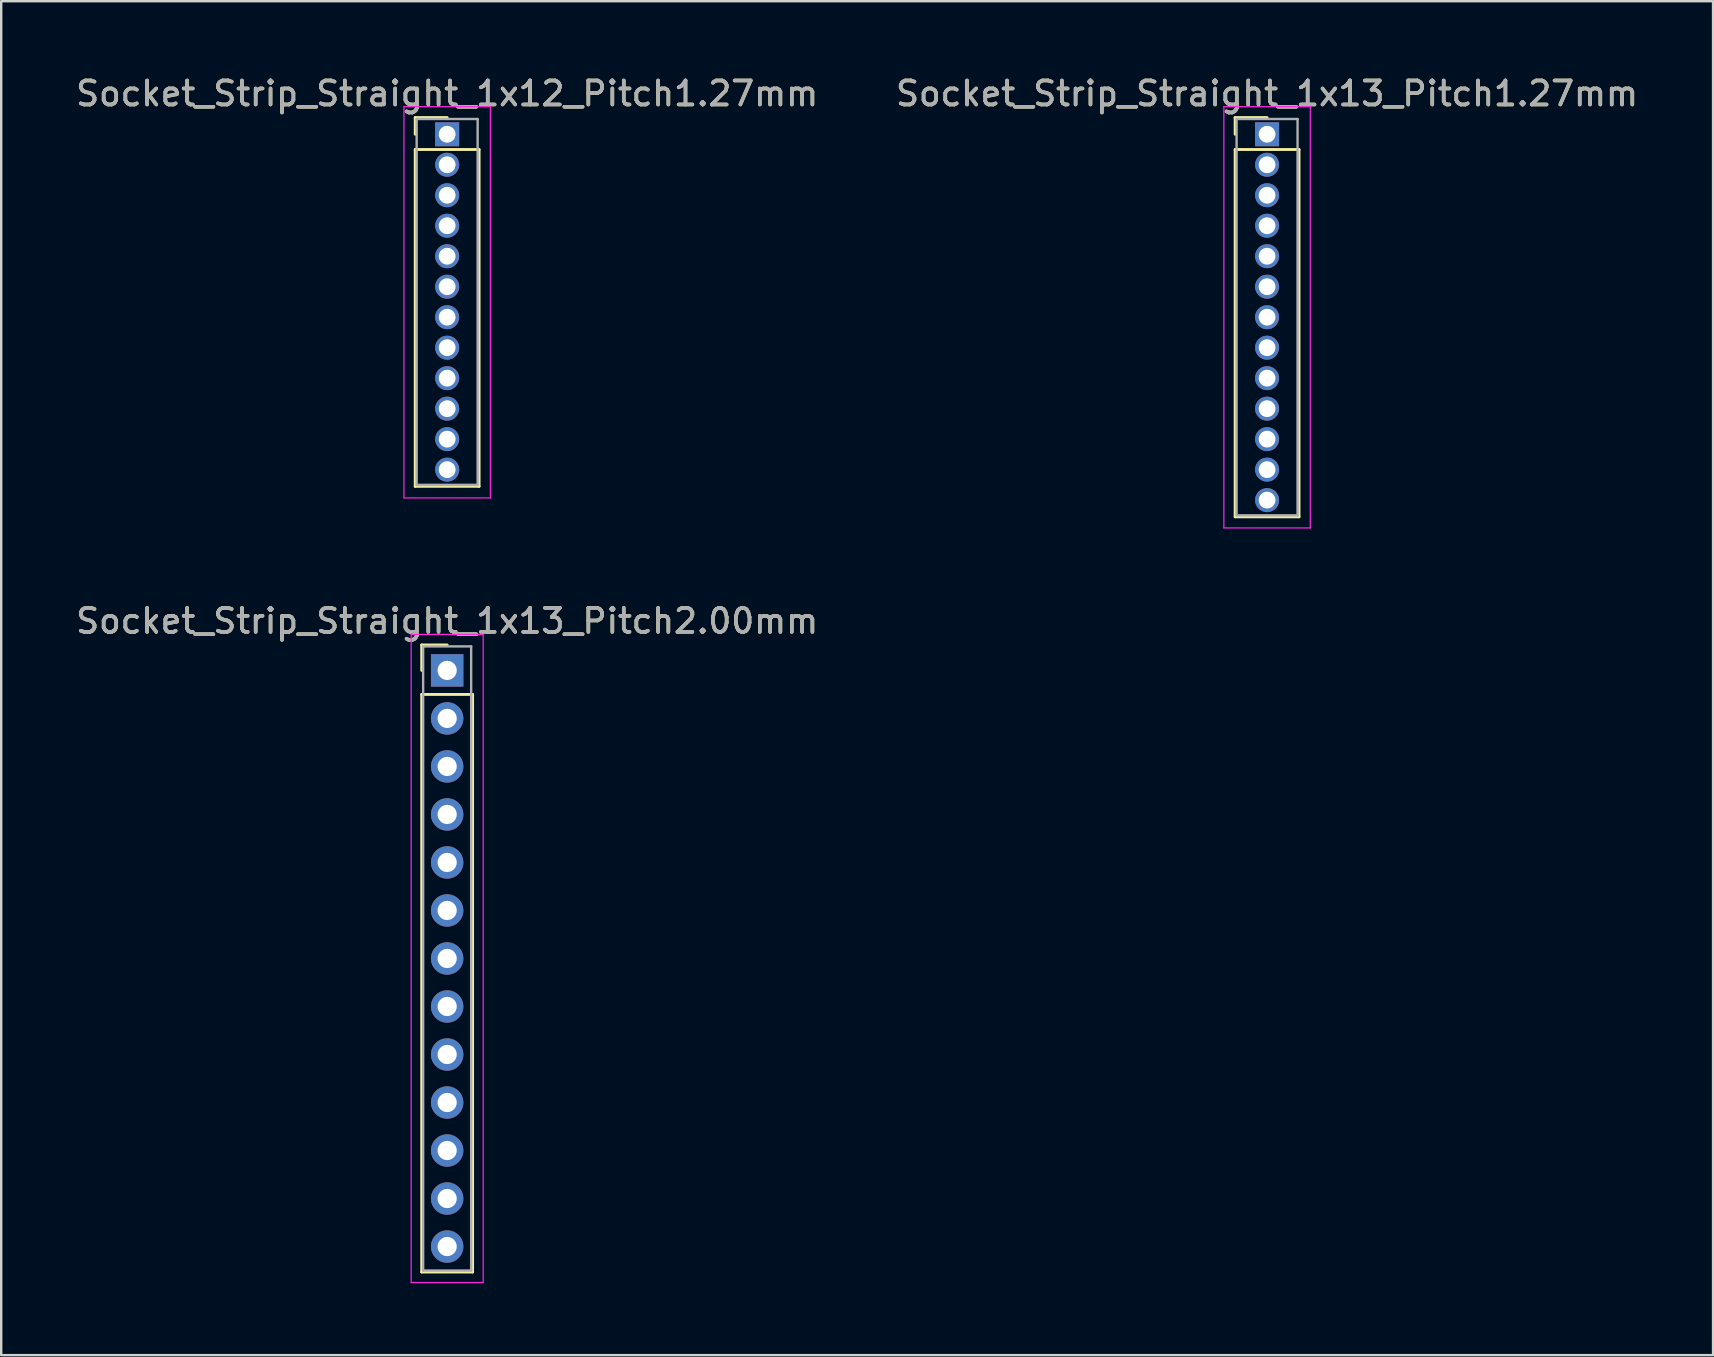
<source format=kicad_pcb>
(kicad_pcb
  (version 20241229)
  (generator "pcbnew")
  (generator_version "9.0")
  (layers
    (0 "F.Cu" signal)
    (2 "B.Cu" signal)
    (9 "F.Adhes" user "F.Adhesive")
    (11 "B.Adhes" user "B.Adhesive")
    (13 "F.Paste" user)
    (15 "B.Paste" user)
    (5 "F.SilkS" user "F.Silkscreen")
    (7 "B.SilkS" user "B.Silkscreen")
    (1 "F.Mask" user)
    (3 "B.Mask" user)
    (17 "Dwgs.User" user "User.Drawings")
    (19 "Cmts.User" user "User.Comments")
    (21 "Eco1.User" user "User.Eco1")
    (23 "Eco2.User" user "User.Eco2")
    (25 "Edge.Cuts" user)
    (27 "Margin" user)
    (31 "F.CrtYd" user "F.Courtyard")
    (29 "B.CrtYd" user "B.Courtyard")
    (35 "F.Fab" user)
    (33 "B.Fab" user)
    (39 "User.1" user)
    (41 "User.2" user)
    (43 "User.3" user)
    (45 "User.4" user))
  (footprint "Socket_Strip_Straight_1x13_Pitch2.00mm"
    (layer "F.Cu")
    (at 15.577 24.877)
    (property "Reference" "Socket_Strip_Straight_1x13_Pitch2.00mm" (at 0 -2.06 0) (layer "F.SilkS") (effects (font (size 1 1) (thickness 0.15))))
    (attr through_hole)
    (fp_line (start -1.06 -1.06) (end 0 -1.06) (stroke (width 0.12) (type solid)) (layer "F.SilkS"))
    (fp_line (start -1.06 0) (end -1.06 -1.06) (stroke (width 0.12) (type solid)) (layer "F.SilkS"))
    (fp_line (start -1.06 1) (end -1.06 25.06) (stroke (width 0.12) (type solid)) (layer "F.SilkS"))
    (fp_line (start -1.06 25.06) (end 1.06 25.06) (stroke (width 0.12) (type solid)) (layer "F.SilkS"))
    (fp_line (start 1.06 1) (end -1.06 1) (stroke (width 0.12) (type solid)) (layer "F.SilkS"))
    (fp_line (start 1.06 25.06) (end 1.06 1) (stroke (width 0.12) (type solid)) (layer "F.SilkS"))
    (fp_line (start -1.5 -1.5) (end -1.5 25.5) (stroke (width 0.05) (type solid)) (layer "F.CrtYd"))
    (fp_line (start -1.5 25.5) (end 1.5 25.5) (stroke (width 0.05) (type solid)) (layer "F.CrtYd"))
    (fp_line (start 1.5 -1.5) (end -1.5 -1.5) (stroke (width 0.05) (type solid)) (layer "F.CrtYd"))
    (fp_line (start 1.5 25.5) (end 1.5 -1.5) (stroke (width 0.05) (type solid)) (layer "F.CrtYd"))
    (fp_line (start -1 -1) (end -1 25) (stroke (width 0.1) (type solid)) (layer "F.Fab"))
    (fp_line (start -1 25) (end 1 25) (stroke (width 0.1) (type solid)) (layer "F.Fab"))
    (fp_line (start 1 -1) (end -1 -1) (stroke (width 0.1) (type solid)) (layer "F.Fab"))
    (fp_line (start 1 25) (end 1 -1) (stroke (width 0.1) (type solid)) (layer "F.Fab"))
    (fp_text user "${REFERENCE}" (at 0 -2.06 0) (layer "F.Fab") (effects (font (size 1 1) (thickness 0.15))))
    (pad "1" thru_hole rect (at 0 0) (size 1.35 1.35) (drill 0.8) (layers "*.Cu" "*.Mask"))
    (pad "2" thru_hole oval (at 0 2) (size 1.35 1.35) (drill 0.8) (layers "*.Cu" "*.Mask"))
    (pad "3" thru_hole oval (at 0 4) (size 1.35 1.35) (drill 0.8) (layers "*.Cu" "*.Mask"))
    (pad "4" thru_hole oval (at 0 6) (size 1.35 1.35) (drill 0.8) (layers "*.Cu" "*.Mask"))
    (pad "5" thru_hole oval (at 0 8) (size 1.35 1.35) (drill 0.8) (layers "*.Cu" "*.Mask"))
    (pad "6" thru_hole oval (at 0 10) (size 1.35 1.35) (drill 0.8) (layers "*.Cu" "*.Mask"))
    (pad "7" thru_hole oval (at 0 12) (size 1.35 1.35) (drill 0.8) (layers "*.Cu" "*.Mask"))
    (pad "8" thru_hole oval (at 0 14) (size 1.35 1.35) (drill 0.8) (layers "*.Cu" "*.Mask"))
    (pad "9" thru_hole oval (at 0 16) (size 1.35 1.35) (drill 0.8) (layers "*.Cu" "*.Mask"))
    (pad "10" thru_hole oval (at 0 18) (size 1.35 1.35) (drill 0.8) (layers "*.Cu" "*.Mask"))
    (pad "11" thru_hole oval (at 0 20) (size 1.35 1.35) (drill 0.8) (layers "*.Cu" "*.Mask"))
    (pad "12" thru_hole oval (at 0 22) (size 1.35 1.35) (drill 0.8) (layers "*.Cu" "*.Mask"))
    (pad "13" thru_hole oval (at 0 24) (size 1.35 1.35) (drill 0.8) (layers "*.Cu" "*.Mask")))
  (footprint "Socket_Strip_Straight_1x13_Pitch1.27mm"
    (layer "F.Cu")
    (at 49.732 2.543)
    (property "Reference" "Socket_Strip_Straight_1x13_Pitch1.27mm" (at 0 -1.695 0) (layer "F.SilkS") (effects (font (size 1 1) (thickness 0.15))))
    (attr through_hole)
    (fp_line (start -1.33 -0.695) (end 0 -0.695) (stroke (width 0.12) (type solid)) (layer "F.SilkS"))
    (fp_line (start -1.33 0) (end -1.33 -0.695) (stroke (width 0.12) (type solid)) (layer "F.SilkS"))
    (fp_line (start -1.33 0.635) (end -1.33 15.935) (stroke (width 0.12) (type solid)) (layer "F.SilkS"))
    (fp_line (start -1.33 15.935) (end 1.33 15.935) (stroke (width 0.12) (type solid)) (layer "F.SilkS"))
    (fp_line (start 1.33 0.635) (end -1.33 0.635) (stroke (width 0.12) (type solid)) (layer "F.SilkS"))
    (fp_line (start 1.33 15.935) (end 1.33 0.635) (stroke (width 0.12) (type solid)) (layer "F.SilkS"))
    (fp_line (start -1.8 -1.15) (end -1.8 16.4) (stroke (width 0.05) (type solid)) (layer "F.CrtYd"))
    (fp_line (start -1.8 16.4) (end 1.8 16.4) (stroke (width 0.05) (type solid)) (layer "F.CrtYd"))
    (fp_line (start 1.8 -1.15) (end -1.8 -1.15) (stroke (width 0.05) (type solid)) (layer "F.CrtYd"))
    (fp_line (start 1.8 16.4) (end 1.8 -1.15) (stroke (width 0.05) (type solid)) (layer "F.CrtYd"))
    (fp_line (start -1.27 -0.635) (end -1.27 15.875) (stroke (width 0.1) (type solid)) (layer "F.Fab"))
    (fp_line (start -1.27 15.875) (end 1.27 15.875) (stroke (width 0.1) (type solid)) (layer "F.Fab"))
    (fp_line (start 1.27 -0.635) (end -1.27 -0.635) (stroke (width 0.1) (type solid)) (layer "F.Fab"))
    (fp_line (start 1.27 15.875) (end 1.27 -0.635) (stroke (width 0.1) (type solid)) (layer "F.Fab"))
    (fp_text user "${REFERENCE}" (at 0 -1.695 0) (layer "F.Fab") (effects (font (size 1 1) (thickness 0.15))))
    (pad "1" thru_hole rect (at 0 0) (size 1 1) (drill 0.7) (layers "*.Cu" "*.Mask"))
    (pad "2" thru_hole oval (at 0 1.27) (size 1 1) (drill 0.7) (layers "*.Cu" "*.Mask"))
    (pad "3" thru_hole oval (at 0 2.54) (size 1 1) (drill 0.7) (layers "*.Cu" "*.Mask"))
    (pad "4" thru_hole oval (at 0 3.81) (size 1 1) (drill 0.7) (layers "*.Cu" "*.Mask"))
    (pad "5" thru_hole oval (at 0 5.08) (size 1 1) (drill 0.7) (layers "*.Cu" "*.Mask"))
    (pad "6" thru_hole oval (at 0 6.35) (size 1 1) (drill 0.7) (layers "*.Cu" "*.Mask"))
    (pad "7" thru_hole oval (at 0 7.62) (size 1 1) (drill 0.7) (layers "*.Cu" "*.Mask"))
    (pad "8" thru_hole oval (at 0 8.89) (size 1 1) (drill 0.7) (layers "*.Cu" "*.Mask"))
    (pad "9" thru_hole oval (at 0 10.16) (size 1 1) (drill 0.7) (layers "*.Cu" "*.Mask"))
    (pad "10" thru_hole oval (at 0 11.43) (size 1 1) (drill 0.7) (layers "*.Cu" "*.Mask"))
    (pad "11" thru_hole oval (at 0 12.7) (size 1 1) (drill 0.7) (layers "*.Cu" "*.Mask"))
    (pad "12" thru_hole oval (at 0 13.97) (size 1 1) (drill 0.7) (layers "*.Cu" "*.Mask"))
    (pad "13" thru_hole oval (at 0 15.24) (size 1 1) (drill 0.7) (layers "*.Cu" "*.Mask")))
  (footprint "Socket_Strip_Straight_1x12_Pitch1.27mm"
    (layer "F.Cu")
    (at 15.577 2.543)
    (property "Reference" "Socket_Strip_Straight_1x12_Pitch1.27mm" (at 0 -1.695 0) (layer "F.SilkS") (effects (font (size 1 1) (thickness 0.15))))
    (attr through_hole)
    (fp_line (start -1.33 -0.695) (end 0 -0.695) (stroke (width 0.12) (type solid)) (layer "F.SilkS"))
    (fp_line (start -1.33 0) (end -1.33 -0.695) (stroke (width 0.12) (type solid)) (layer "F.SilkS"))
    (fp_line (start -1.33 0.635) (end -1.33 14.665) (stroke (width 0.12) (type solid)) (layer "F.SilkS"))
    (fp_line (start -1.33 14.665) (end 1.33 14.665) (stroke (width 0.12) (type solid)) (layer "F.SilkS"))
    (fp_line (start 1.33 0.635) (end -1.33 0.635) (stroke (width 0.12) (type solid)) (layer "F.SilkS"))
    (fp_line (start 1.33 14.665) (end 1.33 0.635) (stroke (width 0.12) (type solid)) (layer "F.SilkS"))
    (fp_line (start -1.8 -1.15) (end -1.8 15.15) (stroke (width 0.05) (type solid)) (layer "F.CrtYd"))
    (fp_line (start -1.8 15.15) (end 1.8 15.15) (stroke (width 0.05) (type solid)) (layer "F.CrtYd"))
    (fp_line (start 1.8 -1.15) (end -1.8 -1.15) (stroke (width 0.05) (type solid)) (layer "F.CrtYd"))
    (fp_line (start 1.8 15.15) (end 1.8 -1.15) (stroke (width 0.05) (type solid)) (layer "F.CrtYd"))
    (fp_line (start -1.27 -0.635) (end -1.27 14.605) (stroke (width 0.1) (type solid)) (layer "F.Fab"))
    (fp_line (start -1.27 14.605) (end 1.27 14.605) (stroke (width 0.1) (type solid)) (layer "F.Fab"))
    (fp_line (start 1.27 -0.635) (end -1.27 -0.635) (stroke (width 0.1) (type solid)) (layer "F.Fab"))
    (fp_line (start 1.27 14.605) (end 1.27 -0.635) (stroke (width 0.1) (type solid)) (layer "F.Fab"))
    (fp_text user "${REFERENCE}" (at 0 -1.695 0) (layer "F.Fab") (effects (font (size 1 1) (thickness 0.15))))
    (pad "1" thru_hole rect (at 0 0) (size 1 1) (drill 0.7) (layers "*.Cu" "*.Mask"))
    (pad "2" thru_hole oval (at 0 1.27) (size 1 1) (drill 0.7) (layers "*.Cu" "*.Mask"))
    (pad "3" thru_hole oval (at 0 2.54) (size 1 1) (drill 0.7) (layers "*.Cu" "*.Mask"))
    (pad "4" thru_hole oval (at 0 3.81) (size 1 1) (drill 0.7) (layers "*.Cu" "*.Mask"))
    (pad "5" thru_hole oval (at 0 5.08) (size 1 1) (drill 0.7) (layers "*.Cu" "*.Mask"))
    (pad "6" thru_hole oval (at 0 6.35) (size 1 1) (drill 0.7) (layers "*.Cu" "*.Mask"))
    (pad "7" thru_hole oval (at 0 7.62) (size 1 1) (drill 0.7) (layers "*.Cu" "*.Mask"))
    (pad "8" thru_hole oval (at 0 8.89) (size 1 1) (drill 0.7) (layers "*.Cu" "*.Mask"))
    (pad "9" thru_hole oval (at 0 10.16) (size 1 1) (drill 0.7) (layers "*.Cu" "*.Mask"))
    (pad "10" thru_hole oval (at 0 11.43) (size 1 1) (drill 0.7) (layers "*.Cu" "*.Mask"))
    (pad "11" thru_hole oval (at 0 12.7) (size 1 1) (drill 0.7) (layers "*.Cu" "*.Mask"))
    (pad "12" thru_hole oval (at 0 13.97) (size 1 1) (drill 0.7) (layers "*.Cu" "*.Mask")))
  (gr_rect
    (start -3 -3)
    (end 68.31 53.401)
    (stroke (width 0.1) (type default))
    (fill no)
    (layer "Edge.Cuts")))
</source>
